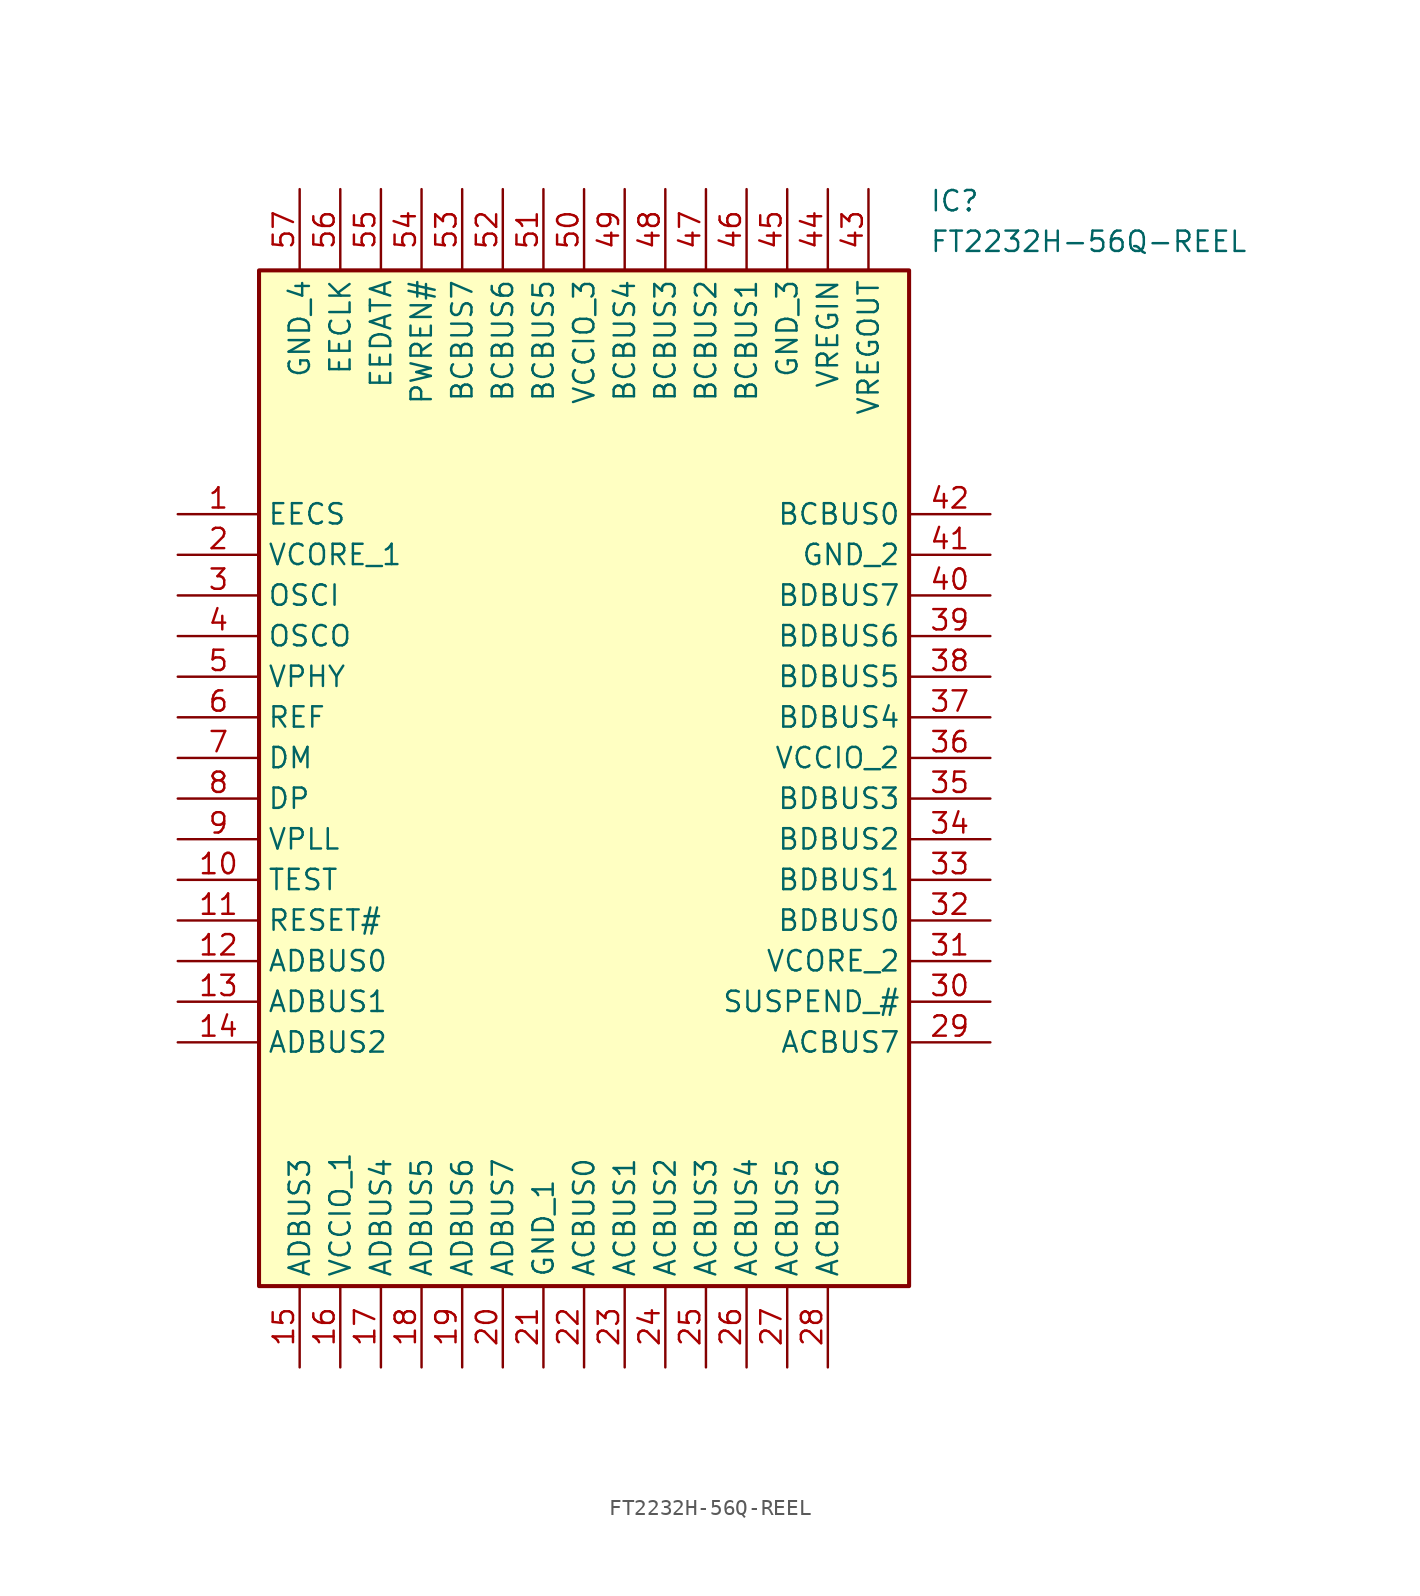
<source format=kicad_sym>
(kicad_symbol_lib
  (version 20211014)
  (generator SamacSys_ECAD_Model)
  (symbol "FT2232H-56Q-REEL"
    (property "Reference" "IC"
      (at 46.99 20.32 0)
      (effects (font (size 1.27 1.27)) (justify left top)))
    (property "Value" "FT2232H-56Q-REEL"
      (at 46.99 17.78 0)
      (effects (font (size 1.27 1.27)) (justify left top)))
    (rectangle
      (start 5.08 15.24)
      (end 45.72 -48.26)
      (stroke (width 0.254) (type default))
      (fill (type background)))
    (pin passive line
      (at 0 0 0)
      (length 5.08)
      (name "EECS" (effects (font (size 1.27 1.27))))
      (number "1" (effects (font (size 1.27 1.27)))))
    (pin passive line
      (at 0 -2.54 0)
      (length 5.08)
      (name "VCORE_1" (effects (font (size 1.27 1.27))))
      (number "2" (effects (font (size 1.27 1.27)))))
    (pin passive line
      (at 0 -5.08 0)
      (length 5.08)
      (name "OSCI" (effects (font (size 1.27 1.27))))
      (number "3" (effects (font (size 1.27 1.27)))))
    (pin passive line
      (at 0 -7.62 0)
      (length 5.08)
      (name "OSCO" (effects (font (size 1.27 1.27))))
      (number "4" (effects (font (size 1.27 1.27)))))
    (pin passive line
      (at 0 -10.16 0)
      (length 5.08)
      (name "VPHY" (effects (font (size 1.27 1.27))))
      (number "5" (effects (font (size 1.27 1.27)))))
    (pin passive line
      (at 0 -12.7 0)
      (length 5.08)
      (name "REF" (effects (font (size 1.27 1.27))))
      (number "6" (effects (font (size 1.27 1.27)))))
    (pin passive line
      (at 0 -15.24 0)
      (length 5.08)
      (name "DM" (effects (font (size 1.27 1.27))))
      (number "7" (effects (font (size 1.27 1.27)))))
    (pin passive line
      (at 0 -17.78 0)
      (length 5.08)
      (name "DP" (effects (font (size 1.27 1.27))))
      (number "8" (effects (font (size 1.27 1.27)))))
    (pin passive line
      (at 0 -20.32 0)
      (length 5.08)
      (name "VPLL" (effects (font (size 1.27 1.27))))
      (number "9" (effects (font (size 1.27 1.27)))))
    (pin passive line
      (at 0 -22.86 0)
      (length 5.08)
      (name "TEST" (effects (font (size 1.27 1.27))))
      (number "10" (effects (font (size 1.27 1.27)))))
    (pin passive line
      (at 0 -25.4 0)
      (length 5.08)
      (name "RESET#" (effects (font (size 1.27 1.27))))
      (number "11" (effects (font (size 1.27 1.27)))))
    (pin passive line
      (at 0 -27.94 0)
      (length 5.08)
      (name "ADBUS0" (effects (font (size 1.27 1.27))))
      (number "12" (effects (font (size 1.27 1.27)))))
    (pin passive line
      (at 0 -30.48 0)
      (length 5.08)
      (name "ADBUS1" (effects (font (size 1.27 1.27))))
      (number "13" (effects (font (size 1.27 1.27)))))
    (pin passive line
      (at 0 -33.02 0)
      (length 5.08)
      (name "ADBUS2" (effects (font (size 1.27 1.27))))
      (number "14" (effects (font (size 1.27 1.27)))))
    (pin passive line
      (at 7.62 -53.34 90)
      (length 5.08)
      (name "ADBUS3" (effects (font (size 1.27 1.27))))
      (number "15" (effects (font (size 1.27 1.27)))))
    (pin passive line
      (at 10.16 -53.34 90)
      (length 5.08)
      (name "VCCIO_1" (effects (font (size 1.27 1.27))))
      (number "16" (effects (font (size 1.27 1.27)))))
    (pin passive line
      (at 12.7 -53.34 90)
      (length 5.08)
      (name "ADBUS4" (effects (font (size 1.27 1.27))))
      (number "17" (effects (font (size 1.27 1.27)))))
    (pin passive line
      (at 15.24 -53.34 90)
      (length 5.08)
      (name "ADBUS5" (effects (font (size 1.27 1.27))))
      (number "18" (effects (font (size 1.27 1.27)))))
    (pin passive line
      (at 17.78 -53.34 90)
      (length 5.08)
      (name "ADBUS6" (effects (font (size 1.27 1.27))))
      (number "19" (effects (font (size 1.27 1.27)))))
    (pin passive line
      (at 20.32 -53.34 90)
      (length 5.08)
      (name "ADBUS7" (effects (font (size 1.27 1.27))))
      (number "20" (effects (font (size 1.27 1.27)))))
    (pin passive line
      (at 22.86 -53.34 90)
      (length 5.08)
      (name "GND_1" (effects (font (size 1.27 1.27))))
      (number "21" (effects (font (size 1.27 1.27)))))
    (pin passive line
      (at 25.4 -53.34 90)
      (length 5.08)
      (name "ACBUS0" (effects (font (size 1.27 1.27))))
      (number "22" (effects (font (size 1.27 1.27)))))
    (pin passive line
      (at 27.94 -53.34 90)
      (length 5.08)
      (name "ACBUS1" (effects (font (size 1.27 1.27))))
      (number "23" (effects (font (size 1.27 1.27)))))
    (pin passive line
      (at 30.48 -53.34 90)
      (length 5.08)
      (name "ACBUS2" (effects (font (size 1.27 1.27))))
      (number "24" (effects (font (size 1.27 1.27)))))
    (pin passive line
      (at 33.02 -53.34 90)
      (length 5.08)
      (name "ACBUS3" (effects (font (size 1.27 1.27))))
      (number "25" (effects (font (size 1.27 1.27)))))
    (pin passive line
      (at 35.56 -53.34 90)
      (length 5.08)
      (name "ACBUS4" (effects (font (size 1.27 1.27))))
      (number "26" (effects (font (size 1.27 1.27)))))
    (pin passive line
      (at 38.1 -53.34 90)
      (length 5.08)
      (name "ACBUS5" (effects (font (size 1.27 1.27))))
      (number "27" (effects (font (size 1.27 1.27)))))
    (pin passive line
      (at 40.64 -53.34 90)
      (length 5.08)
      (name "ACBUS6" (effects (font (size 1.27 1.27))))
      (number "28" (effects (font (size 1.27 1.27)))))
    (pin passive line
      (at 50.8 0 180)
      (length 5.08)
      (name "BCBUS0" (effects (font (size 1.27 1.27))))
      (number "42" (effects (font (size 1.27 1.27)))))
    (pin passive line
      (at 50.8 -2.54 180)
      (length 5.08)
      (name "GND_2" (effects (font (size 1.27 1.27))))
      (number "41" (effects (font (size 1.27 1.27)))))
    (pin passive line
      (at 50.8 -5.08 180)
      (length 5.08)
      (name "BDBUS7" (effects (font (size 1.27 1.27))))
      (number "40" (effects (font (size 1.27 1.27)))))
    (pin passive line
      (at 50.8 -7.62 180)
      (length 5.08)
      (name "BDBUS6" (effects (font (size 1.27 1.27))))
      (number "39" (effects (font (size 1.27 1.27)))))
    (pin passive line
      (at 50.8 -10.16 180)
      (length 5.08)
      (name "BDBUS5" (effects (font (size 1.27 1.27))))
      (number "38" (effects (font (size 1.27 1.27)))))
    (pin passive line
      (at 50.8 -12.7 180)
      (length 5.08)
      (name "BDBUS4" (effects (font (size 1.27 1.27))))
      (number "37" (effects (font (size 1.27 1.27)))))
    (pin passive line
      (at 50.8 -15.24 180)
      (length 5.08)
      (name "VCCIO_2" (effects (font (size 1.27 1.27))))
      (number "36" (effects (font (size 1.27 1.27)))))
    (pin passive line
      (at 50.8 -17.78 180)
      (length 5.08)
      (name "BDBUS3" (effects (font (size 1.27 1.27))))
      (number "35" (effects (font (size 1.27 1.27)))))
    (pin passive line
      (at 50.8 -20.32 180)
      (length 5.08)
      (name "BDBUS2" (effects (font (size 1.27 1.27))))
      (number "34" (effects (font (size 1.27 1.27)))))
    (pin passive line
      (at 50.8 -22.86 180)
      (length 5.08)
      (name "BDBUS1" (effects (font (size 1.27 1.27))))
      (number "33" (effects (font (size 1.27 1.27)))))
    (pin passive line
      (at 50.8 -25.4 180)
      (length 5.08)
      (name "BDBUS0" (effects (font (size 1.27 1.27))))
      (number "32" (effects (font (size 1.27 1.27)))))
    (pin passive line
      (at 50.8 -27.94 180)
      (length 5.08)
      (name "VCORE_2" (effects (font (size 1.27 1.27))))
      (number "31" (effects (font (size 1.27 1.27)))))
    (pin passive line
      (at 50.8 -30.48 180)
      (length 5.08)
      (name "SUSPEND_#" (effects (font (size 1.27 1.27))))
      (number "30" (effects (font (size 1.27 1.27)))))
    (pin passive line
      (at 50.8 -33.02 180)
      (length 5.08)
      (name "ACBUS7" (effects (font (size 1.27 1.27))))
      (number "29" (effects (font (size 1.27 1.27)))))
    (pin passive line
      (at 7.62 20.32 270)
      (length 5.08)
      (name "GND_4" (effects (font (size 1.27 1.27))))
      (number "57" (effects (font (size 1.27 1.27)))))
    (pin passive line
      (at 10.16 20.32 270)
      (length 5.08)
      (name "EECLK" (effects (font (size 1.27 1.27))))
      (number "56" (effects (font (size 1.27 1.27)))))
    (pin passive line
      (at 12.7 20.32 270)
      (length 5.08)
      (name "EEDATA" (effects (font (size 1.27 1.27))))
      (number "55" (effects (font (size 1.27 1.27)))))
    (pin passive line
      (at 15.24 20.32 270)
      (length 5.08)
      (name "PWREN#" (effects (font (size 1.27 1.27))))
      (number "54" (effects (font (size 1.27 1.27)))))
    (pin passive line
      (at 17.78 20.32 270)
      (length 5.08)
      (name "BCBUS7" (effects (font (size 1.27 1.27))))
      (number "53" (effects (font (size 1.27 1.27)))))
    (pin passive line
      (at 20.32 20.32 270)
      (length 5.08)
      (name "BCBUS6" (effects (font (size 1.27 1.27))))
      (number "52" (effects (font (size 1.27 1.27)))))
    (pin passive line
      (at 22.86 20.32 270)
      (length 5.08)
      (name "BCBUS5" (effects (font (size 1.27 1.27))))
      (number "51" (effects (font (size 1.27 1.27)))))
    (pin passive line
      (at 25.4 20.32 270)
      (length 5.08)
      (name "VCCIO_3" (effects (font (size 1.27 1.27))))
      (number "50" (effects (font (size 1.27 1.27)))))
    (pin passive line
      (at 27.94 20.32 270)
      (length 5.08)
      (name "BCBUS4" (effects (font (size 1.27 1.27))))
      (number "49" (effects (font (size 1.27 1.27)))))
    (pin passive line
      (at 30.48 20.32 270)
      (length 5.08)
      (name "BCBUS3" (effects (font (size 1.27 1.27))))
      (number "48" (effects (font (size 1.27 1.27)))))
    (pin passive line
      (at 33.02 20.32 270)
      (length 5.08)
      (name "BCBUS2" (effects (font (size 1.27 1.27))))
      (number "47" (effects (font (size 1.27 1.27)))))
    (pin passive line
      (at 35.56 20.32 270)
      (length 5.08)
      (name "BCBUS1" (effects (font (size 1.27 1.27))))
      (number "46" (effects (font (size 1.27 1.27)))))
    (pin passive line
      (at 38.1 20.32 270)
      (length 5.08)
      (name "GND_3" (effects (font (size 1.27 1.27))))
      (number "45" (effects (font (size 1.27 1.27)))))
    (pin passive line
      (at 40.64 20.32 270)
      (length 5.08)
      (name "VREGIN" (effects (font (size 1.27 1.27))))
      (number "44" (effects (font (size 1.27 1.27)))))
    (pin passive line
      (at 43.18 20.32 270)
      (length 5.08)
      (name "VREGOUT" (effects (font (size 1.27 1.27))))
      (number "43" (effects (font (size 1.27 1.27)))))))
</source>
